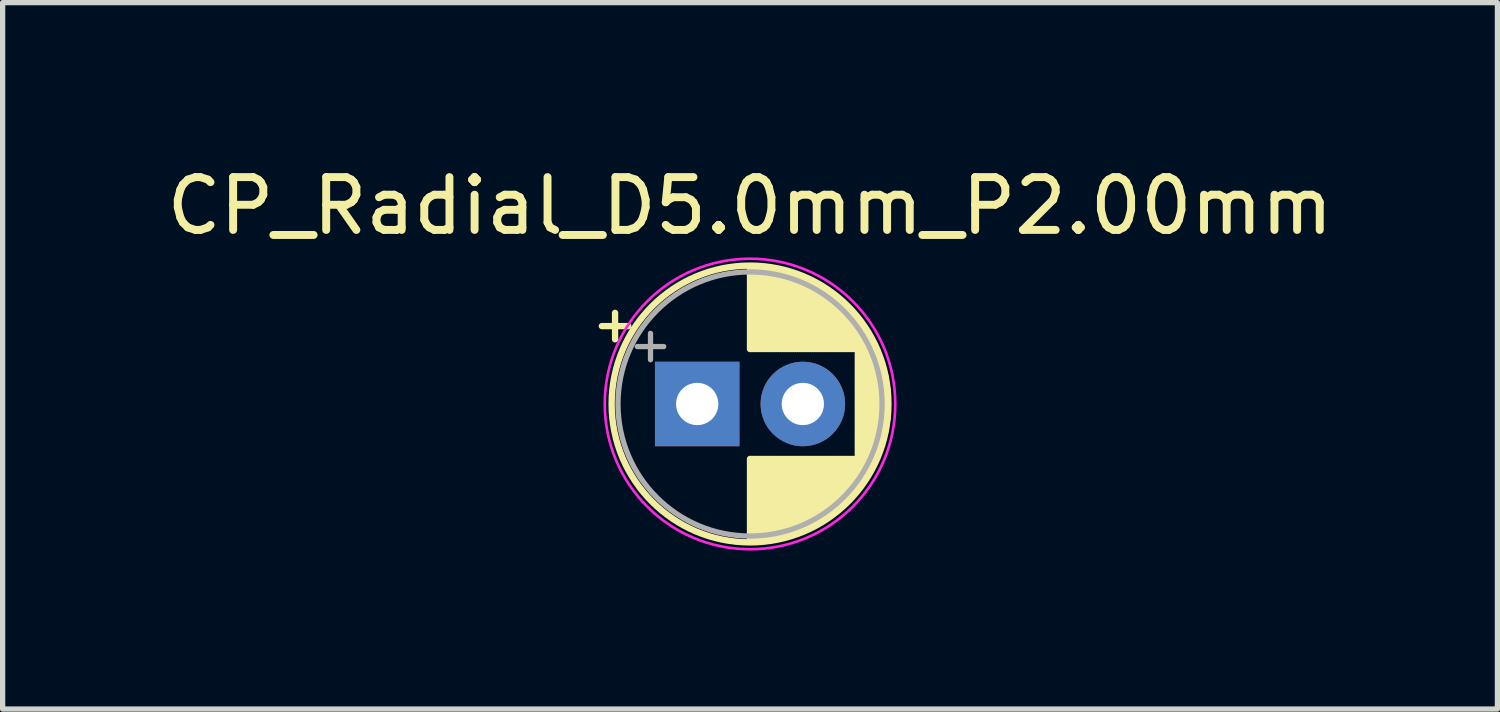
<source format=kicad_pcb>
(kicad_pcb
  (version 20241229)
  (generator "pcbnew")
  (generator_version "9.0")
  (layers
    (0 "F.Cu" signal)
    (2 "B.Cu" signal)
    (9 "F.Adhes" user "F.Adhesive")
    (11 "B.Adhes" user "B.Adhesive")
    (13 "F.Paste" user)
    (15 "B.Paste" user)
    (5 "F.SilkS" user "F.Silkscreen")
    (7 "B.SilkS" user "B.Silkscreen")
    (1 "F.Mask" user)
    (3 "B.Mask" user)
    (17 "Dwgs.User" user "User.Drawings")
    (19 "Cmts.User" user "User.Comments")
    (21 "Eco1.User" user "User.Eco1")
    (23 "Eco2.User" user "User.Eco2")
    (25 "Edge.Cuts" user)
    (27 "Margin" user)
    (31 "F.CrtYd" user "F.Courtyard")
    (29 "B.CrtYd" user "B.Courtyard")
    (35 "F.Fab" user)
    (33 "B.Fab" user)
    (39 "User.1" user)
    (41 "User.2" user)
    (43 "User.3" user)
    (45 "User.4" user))
  (footprint "CP_Radial_D5.0mm_P2.00mm"
    (layer "F.Cu")
    (at 10.149 4.598)
    (property "Reference" "CP_Radial_D5.0mm_P2.00mm" (at 1 -3.75 0) (layer "F.SilkS") (effects (font (size 1 1) (thickness 0.15))))
    (attr through_hole)
    (fp_line (start -1.805 -1.475) (end -1.305 -1.475) (stroke (width 0.12) (type solid)) (layer "F.SilkS"))
    (fp_line (start -1.555 -1.725) (end -1.555 -1.225) (stroke (width 0.12) (type solid)) (layer "F.SilkS"))
    (fp_line (start 1 -2.58) (end 1 -1.04) (stroke (width 0.12) (type solid)) (layer "F.SilkS"))
    (fp_line (start 1 1.04) (end 1 2.58) (stroke (width 0.12) (type solid)) (layer "F.SilkS"))
    (fp_line (start 1.04 -2.58) (end 1.04 -1.04) (stroke (width 0.12) (type solid)) (layer "F.SilkS"))
    (fp_line (start 1.04 1.04) (end 1.04 2.58) (stroke (width 0.12) (type solid)) (layer "F.SilkS"))
    (fp_line (start 1.08 -2.579) (end 1.08 -1.04) (stroke (width 0.12) (type solid)) (layer "F.SilkS"))
    (fp_line (start 1.08 1.04) (end 1.08 2.579) (stroke (width 0.12) (type solid)) (layer "F.SilkS"))
    (fp_line (start 1.12 -2.578) (end 1.12 -1.04) (stroke (width 0.12) (type solid)) (layer "F.SilkS"))
    (fp_line (start 1.12 1.04) (end 1.12 2.578) (stroke (width 0.12) (type solid)) (layer "F.SilkS"))
    (fp_line (start 1.16 -2.576) (end 1.16 -1.04) (stroke (width 0.12) (type solid)) (layer "F.SilkS"))
    (fp_line (start 1.16 1.04) (end 1.16 2.576) (stroke (width 0.12) (type solid)) (layer "F.SilkS"))
    (fp_line (start 1.2 -2.573) (end 1.2 -1.04) (stroke (width 0.12) (type solid)) (layer "F.SilkS"))
    (fp_line (start 1.2 1.04) (end 1.2 2.573) (stroke (width 0.12) (type solid)) (layer "F.SilkS"))
    (fp_line (start 1.24 -2.569) (end 1.24 -1.04) (stroke (width 0.12) (type solid)) (layer "F.SilkS"))
    (fp_line (start 1.24 1.04) (end 1.24 2.569) (stroke (width 0.12) (type solid)) (layer "F.SilkS"))
    (fp_line (start 1.28 -2.565) (end 1.28 -1.04) (stroke (width 0.12) (type solid)) (layer "F.SilkS"))
    (fp_line (start 1.28 1.04) (end 1.28 2.565) (stroke (width 0.12) (type solid)) (layer "F.SilkS"))
    (fp_line (start 1.32 -2.561) (end 1.32 -1.04) (stroke (width 0.12) (type solid)) (layer "F.SilkS"))
    (fp_line (start 1.32 1.04) (end 1.32 2.561) (stroke (width 0.12) (type solid)) (layer "F.SilkS"))
    (fp_line (start 1.36 -2.556) (end 1.36 -1.04) (stroke (width 0.12) (type solid)) (layer "F.SilkS"))
    (fp_line (start 1.36 1.04) (end 1.36 2.556) (stroke (width 0.12) (type solid)) (layer "F.SilkS"))
    (fp_line (start 1.4 -2.55) (end 1.4 -1.04) (stroke (width 0.12) (type solid)) (layer "F.SilkS"))
    (fp_line (start 1.4 1.04) (end 1.4 2.55) (stroke (width 0.12) (type solid)) (layer "F.SilkS"))
    (fp_line (start 1.44 -2.543) (end 1.44 -1.04) (stroke (width 0.12) (type solid)) (layer "F.SilkS"))
    (fp_line (start 1.44 1.04) (end 1.44 2.543) (stroke (width 0.12) (type solid)) (layer "F.SilkS"))
    (fp_line (start 1.48 -2.536) (end 1.48 -1.04) (stroke (width 0.12) (type solid)) (layer "F.SilkS"))
    (fp_line (start 1.48 1.04) (end 1.48 2.536) (stroke (width 0.12) (type solid)) (layer "F.SilkS"))
    (fp_line (start 1.52 -2.528) (end 1.52 -1.04) (stroke (width 0.12) (type solid)) (layer "F.SilkS"))
    (fp_line (start 1.52 1.04) (end 1.52 2.528) (stroke (width 0.12) (type solid)) (layer "F.SilkS"))
    (fp_line (start 1.56 -2.52) (end 1.56 -1.04) (stroke (width 0.12) (type solid)) (layer "F.SilkS"))
    (fp_line (start 1.56 1.04) (end 1.56 2.52) (stroke (width 0.12) (type solid)) (layer "F.SilkS"))
    (fp_line (start 1.6 -2.511) (end 1.6 -1.04) (stroke (width 0.12) (type solid)) (layer "F.SilkS"))
    (fp_line (start 1.6 1.04) (end 1.6 2.511) (stroke (width 0.12) (type solid)) (layer "F.SilkS"))
    (fp_line (start 1.64 -2.501) (end 1.64 -1.04) (stroke (width 0.12) (type solid)) (layer "F.SilkS"))
    (fp_line (start 1.64 1.04) (end 1.64 2.501) (stroke (width 0.12) (type solid)) (layer "F.SilkS"))
    (fp_line (start 1.68 -2.491) (end 1.68 -1.04) (stroke (width 0.12) (type solid)) (layer "F.SilkS"))
    (fp_line (start 1.68 1.04) (end 1.68 2.491) (stroke (width 0.12) (type solid)) (layer "F.SilkS"))
    (fp_line (start 1.721 -2.48) (end 1.721 -1.04) (stroke (width 0.12) (type solid)) (layer "F.SilkS"))
    (fp_line (start 1.721 1.04) (end 1.721 2.48) (stroke (width 0.12) (type solid)) (layer "F.SilkS"))
    (fp_line (start 1.761 -2.468) (end 1.761 -1.04) (stroke (width 0.12) (type solid)) (layer "F.SilkS"))
    (fp_line (start 1.761 1.04) (end 1.761 2.468) (stroke (width 0.12) (type solid)) (layer "F.SilkS"))
    (fp_line (start 1.801 -2.455) (end 1.801 -1.04) (stroke (width 0.12) (type solid)) (layer "F.SilkS"))
    (fp_line (start 1.801 1.04) (end 1.801 2.455) (stroke (width 0.12) (type solid)) (layer "F.SilkS"))
    (fp_line (start 1.841 -2.442) (end 1.841 -1.04) (stroke (width 0.12) (type solid)) (layer "F.SilkS"))
    (fp_line (start 1.841 1.04) (end 1.841 2.442) (stroke (width 0.12) (type solid)) (layer "F.SilkS"))
    (fp_line (start 1.881 -2.428) (end 1.881 -1.04) (stroke (width 0.12) (type solid)) (layer "F.SilkS"))
    (fp_line (start 1.881 1.04) (end 1.881 2.428) (stroke (width 0.12) (type solid)) (layer "F.SilkS"))
    (fp_line (start 1.921 -2.414) (end 1.921 -1.04) (stroke (width 0.12) (type solid)) (layer "F.SilkS"))
    (fp_line (start 1.921 1.04) (end 1.921 2.414) (stroke (width 0.12) (type solid)) (layer "F.SilkS"))
    (fp_line (start 1.961 -2.398) (end 1.961 -1.04) (stroke (width 0.12) (type solid)) (layer "F.SilkS"))
    (fp_line (start 1.961 1.04) (end 1.961 2.398) (stroke (width 0.12) (type solid)) (layer "F.SilkS"))
    (fp_line (start 2.001 -2.382) (end 2.001 -1.04) (stroke (width 0.12) (type solid)) (layer "F.SilkS"))
    (fp_line (start 2.001 1.04) (end 2.001 2.382) (stroke (width 0.12) (type solid)) (layer "F.SilkS"))
    (fp_line (start 2.041 -2.365) (end 2.041 -1.04) (stroke (width 0.12) (type solid)) (layer "F.SilkS"))
    (fp_line (start 2.041 1.04) (end 2.041 2.365) (stroke (width 0.12) (type solid)) (layer "F.SilkS"))
    (fp_line (start 2.081 -2.348) (end 2.081 -1.04) (stroke (width 0.12) (type solid)) (layer "F.SilkS"))
    (fp_line (start 2.081 1.04) (end 2.081 2.348) (stroke (width 0.12) (type solid)) (layer "F.SilkS"))
    (fp_line (start 2.121 -2.329) (end 2.121 -1.04) (stroke (width 0.12) (type solid)) (layer "F.SilkS"))
    (fp_line (start 2.121 1.04) (end 2.121 2.329) (stroke (width 0.12) (type solid)) (layer "F.SilkS"))
    (fp_line (start 2.161 -2.31) (end 2.161 -1.04) (stroke (width 0.12) (type solid)) (layer "F.SilkS"))
    (fp_line (start 2.161 1.04) (end 2.161 2.31) (stroke (width 0.12) (type solid)) (layer "F.SilkS"))
    (fp_line (start 2.201 -2.29) (end 2.201 -1.04) (stroke (width 0.12) (type solid)) (layer "F.SilkS"))
    (fp_line (start 2.201 1.04) (end 2.201 2.29) (stroke (width 0.12) (type solid)) (layer "F.SilkS"))
    (fp_line (start 2.241 -2.268) (end 2.241 -1.04) (stroke (width 0.12) (type solid)) (layer "F.SilkS"))
    (fp_line (start 2.241 1.04) (end 2.241 2.268) (stroke (width 0.12) (type solid)) (layer "F.SilkS"))
    (fp_line (start 2.281 -2.247) (end 2.281 -1.04) (stroke (width 0.12) (type solid)) (layer "F.SilkS"))
    (fp_line (start 2.281 1.04) (end 2.281 2.247) (stroke (width 0.12) (type solid)) (layer "F.SilkS"))
    (fp_line (start 2.321 -2.224) (end 2.321 -1.04) (stroke (width 0.12) (type solid)) (layer "F.SilkS"))
    (fp_line (start 2.321 1.04) (end 2.321 2.224) (stroke (width 0.12) (type solid)) (layer "F.SilkS"))
    (fp_line (start 2.361 -2.2) (end 2.361 -1.04) (stroke (width 0.12) (type solid)) (layer "F.SilkS"))
    (fp_line (start 2.361 1.04) (end 2.361 2.2) (stroke (width 0.12) (type solid)) (layer "F.SilkS"))
    (fp_line (start 2.401 -2.175) (end 2.401 -1.04) (stroke (width 0.12) (type solid)) (layer "F.SilkS"))
    (fp_line (start 2.401 1.04) (end 2.401 2.175) (stroke (width 0.12) (type solid)) (layer "F.SilkS"))
    (fp_line (start 2.441 -2.149) (end 2.441 -1.04) (stroke (width 0.12) (type solid)) (layer "F.SilkS"))
    (fp_line (start 2.441 1.04) (end 2.441 2.149) (stroke (width 0.12) (type solid)) (layer "F.SilkS"))
    (fp_line (start 2.481 -2.122) (end 2.481 -1.04) (stroke (width 0.12) (type solid)) (layer "F.SilkS"))
    (fp_line (start 2.481 1.04) (end 2.481 2.122) (stroke (width 0.12) (type solid)) (layer "F.SilkS"))
    (fp_line (start 2.521 -2.095) (end 2.521 -1.04) (stroke (width 0.12) (type solid)) (layer "F.SilkS"))
    (fp_line (start 2.521 1.04) (end 2.521 2.095) (stroke (width 0.12) (type solid)) (layer "F.SilkS"))
    (fp_line (start 2.561 -2.065) (end 2.561 -1.04) (stroke (width 0.12) (type solid)) (layer "F.SilkS"))
    (fp_line (start 2.561 1.04) (end 2.561 2.065) (stroke (width 0.12) (type solid)) (layer "F.SilkS"))
    (fp_line (start 2.601 -2.035) (end 2.601 -1.04) (stroke (width 0.12) (type solid)) (layer "F.SilkS"))
    (fp_line (start 2.601 1.04) (end 2.601 2.035) (stroke (width 0.12) (type solid)) (layer "F.SilkS"))
    (fp_line (start 2.641 -2.004) (end 2.641 -1.04) (stroke (width 0.12) (type solid)) (layer "F.SilkS"))
    (fp_line (start 2.641 1.04) (end 2.641 2.004) (stroke (width 0.12) (type solid)) (layer "F.SilkS"))
    (fp_line (start 2.681 -1.971) (end 2.681 -1.04) (stroke (width 0.12) (type solid)) (layer "F.SilkS"))
    (fp_line (start 2.681 1.04) (end 2.681 1.971) (stroke (width 0.12) (type solid)) (layer "F.SilkS"))
    (fp_line (start 2.721 -1.937) (end 2.721 -1.04) (stroke (width 0.12) (type solid)) (layer "F.SilkS"))
    (fp_line (start 2.721 1.04) (end 2.721 1.937) (stroke (width 0.12) (type solid)) (layer "F.SilkS"))
    (fp_line (start 2.761 -1.901) (end 2.761 -1.04) (stroke (width 0.12) (type solid)) (layer "F.SilkS"))
    (fp_line (start 2.761 1.04) (end 2.761 1.901) (stroke (width 0.12) (type solid)) (layer "F.SilkS"))
    (fp_line (start 2.801 -1.864) (end 2.801 -1.04) (stroke (width 0.12) (type solid)) (layer "F.SilkS"))
    (fp_line (start 2.801 1.04) (end 2.801 1.864) (stroke (width 0.12) (type solid)) (layer "F.SilkS"))
    (fp_line (start 2.841 -1.826) (end 2.841 -1.04) (stroke (width 0.12) (type solid)) (layer "F.SilkS"))
    (fp_line (start 2.841 1.04) (end 2.841 1.826) (stroke (width 0.12) (type solid)) (layer "F.SilkS"))
    (fp_line (start 2.881 -1.785) (end 2.881 -1.04) (stroke (width 0.12) (type solid)) (layer "F.SilkS"))
    (fp_line (start 2.881 1.04) (end 2.881 1.785) (stroke (width 0.12) (type solid)) (layer "F.SilkS"))
    (fp_line (start 2.921 -1.743) (end 2.921 -1.04) (stroke (width 0.12) (type solid)) (layer "F.SilkS"))
    (fp_line (start 2.921 1.04) (end 2.921 1.743) (stroke (width 0.12) (type solid)) (layer "F.SilkS"))
    (fp_line (start 2.961 -1.699) (end 2.961 -1.04) (stroke (width 0.12) (type solid)) (layer "F.SilkS"))
    (fp_line (start 2.961 1.04) (end 2.961 1.699) (stroke (width 0.12) (type solid)) (layer "F.SilkS"))
    (fp_line (start 3.001 -1.653) (end 3.001 -1.04) (stroke (width 0.12) (type solid)) (layer "F.SilkS"))
    (fp_line (start 3.001 1.04) (end 3.001 1.653) (stroke (width 0.12) (type solid)) (layer "F.SilkS"))
    (fp_line (start 3.041 -1.605) (end 3.041 1.605) (stroke (width 0.12) (type solid)) (layer "F.SilkS"))
    (fp_line (start 3.081 -1.554) (end 3.081 1.554) (stroke (width 0.12) (type solid)) (layer "F.SilkS"))
    (fp_line (start 3.121 -1.5) (end 3.121 1.5) (stroke (width 0.12) (type solid)) (layer "F.SilkS"))
    (fp_line (start 3.161 -1.443) (end 3.161 1.443) (stroke (width 0.12) (type solid)) (layer "F.SilkS"))
    (fp_line (start 3.201 -1.383) (end 3.201 1.383) (stroke (width 0.12) (type solid)) (layer "F.SilkS"))
    (fp_line (start 3.241 -1.319) (end 3.241 1.319) (stroke (width 0.12) (type solid)) (layer "F.SilkS"))
    (fp_line (start 3.281 -1.251) (end 3.281 1.251) (stroke (width 0.12) (type solid)) (layer "F.SilkS"))
    (fp_line (start 3.321 -1.178) (end 3.321 1.178) (stroke (width 0.12) (type solid)) (layer "F.SilkS"))
    (fp_line (start 3.361 -1.098) (end 3.361 1.098) (stroke (width 0.12) (type solid)) (layer "F.SilkS"))
    (fp_line (start 3.401 -1.011) (end 3.401 1.011) (stroke (width 0.12) (type solid)) (layer "F.SilkS"))
    (fp_line (start 3.441 -0.915) (end 3.441 0.915) (stroke (width 0.12) (type solid)) (layer "F.SilkS"))
    (fp_line (start 3.481 -0.805) (end 3.481 0.805) (stroke (width 0.12) (type solid)) (layer "F.SilkS"))
    (fp_line (start 3.521 -0.677) (end 3.521 0.677) (stroke (width 0.12) (type solid)) (layer "F.SilkS"))
    (fp_line (start 3.561 -0.518) (end 3.561 0.518) (stroke (width 0.12) (type solid)) (layer "F.SilkS"))
    (fp_line (start 3.601 -0.284) (end 3.601 0.284) (stroke (width 0.12) (type solid)) (layer "F.SilkS"))
    (fp_circle (center 1 0) (end 3.62 0) (stroke (width 0.12) (type solid)) (fill no) (layer "F.SilkS"))
    (fp_circle (center 1 0) (end 3.75 0) (stroke (width 0.05) (type solid)) (fill no) (layer "F.CrtYd"))
    (fp_line (start -1.134 -1.087) (end -0.634 -1.087) (stroke (width 0.1) (type solid)) (layer "F.Fab"))
    (fp_line (start -0.884 -1.337) (end -0.884 -0.838) (stroke (width 0.1) (type solid)) (layer "F.Fab"))
    (fp_circle (center 1 0) (end 3.5 0) (stroke (width 0.1) (type solid)) (fill no) (layer "F.Fab"))
    (pad "1" thru_hole rect (at 0 0) (size 1.6 1.6) (drill 0.8) (layers "*.Cu" "*.Mask"))
    (pad "2" thru_hole circle (at 2 0) (size 1.6 1.6) (drill 0.8) (layers "*.Cu" "*.Mask")))
  (gr_rect
    (start -3 -3)
    (end 25.298 10.373)
    (stroke (width 0.1) (type default))
    (fill no)
    (layer "Edge.Cuts")))
</source>
